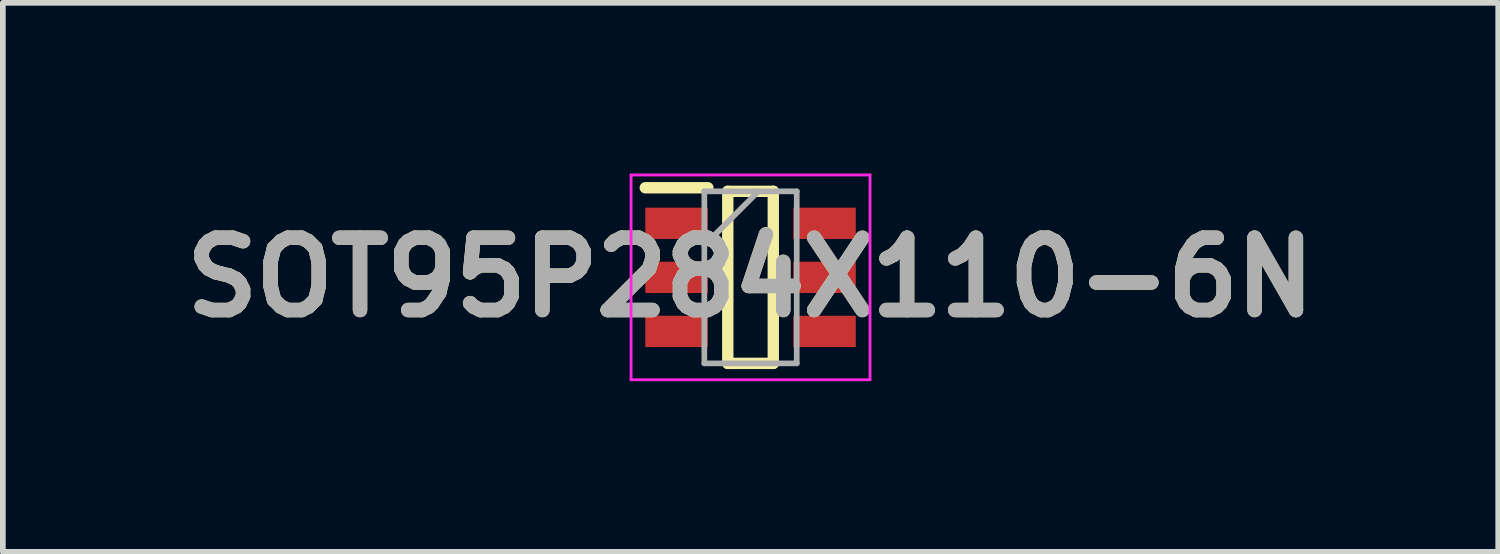
<source format=kicad_pcb>
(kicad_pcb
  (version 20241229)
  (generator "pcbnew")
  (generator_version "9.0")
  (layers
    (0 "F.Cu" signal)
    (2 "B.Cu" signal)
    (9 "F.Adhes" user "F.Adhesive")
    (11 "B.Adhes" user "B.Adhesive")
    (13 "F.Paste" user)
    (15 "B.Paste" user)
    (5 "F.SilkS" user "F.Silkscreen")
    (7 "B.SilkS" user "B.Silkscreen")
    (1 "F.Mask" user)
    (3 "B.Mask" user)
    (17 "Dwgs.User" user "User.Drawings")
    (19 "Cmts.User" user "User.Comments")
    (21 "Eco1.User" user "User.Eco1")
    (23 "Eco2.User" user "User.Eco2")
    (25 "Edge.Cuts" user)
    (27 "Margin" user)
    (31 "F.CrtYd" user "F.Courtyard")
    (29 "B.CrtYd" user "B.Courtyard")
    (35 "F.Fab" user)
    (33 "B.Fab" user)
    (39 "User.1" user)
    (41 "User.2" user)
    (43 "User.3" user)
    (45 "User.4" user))
  (footprint "SOT95P284X110-6N"
    (layer "F.Cu")
    (at 10.142 1.825)
    (property "Reference" "SOT95P284X110-6N" (at 0 0 0) (layer "F.SilkS") (effects (font (size 1.27 1.27) (thickness 0.254))))
    (attr smd)
    (fp_line (start -1.85 -1.575) (end -0.75 -1.575) (stroke (width 0.2) (type solid)) (layer "F.SilkS"))
    (fp_line (start -0.4 -1.512) (end 0.4 -1.512) (stroke (width 0.2) (type solid)) (layer "F.SilkS"))
    (fp_line (start -0.4 1.512) (end -0.4 -1.512) (stroke (width 0.2) (type solid)) (layer "F.SilkS"))
    (fp_line (start 0.4 -1.512) (end 0.4 1.512) (stroke (width 0.2) (type solid)) (layer "F.SilkS"))
    (fp_line (start 0.4 1.512) (end -0.4 1.512) (stroke (width 0.2) (type solid)) (layer "F.SilkS"))
    (fp_line (start -2.1 -1.8) (end 2.1 -1.8) (stroke (width 0.05) (type solid)) (layer "F.CrtYd"))
    (fp_line (start -2.1 1.8) (end -2.1 -1.8) (stroke (width 0.05) (type solid)) (layer "F.CrtYd"))
    (fp_line (start 2.1 -1.8) (end 2.1 1.8) (stroke (width 0.05) (type solid)) (layer "F.CrtYd"))
    (fp_line (start 2.1 1.8) (end -2.1 1.8) (stroke (width 0.05) (type solid)) (layer "F.CrtYd"))
    (fp_line (start -0.812 -1.512) (end 0.812 -1.512) (stroke (width 0.1) (type solid)) (layer "F.Fab"))
    (fp_line (start -0.812 -0.562) (end 0.138 -1.512) (stroke (width 0.1) (type solid)) (layer "F.Fab"))
    (fp_line (start -0.812 1.512) (end -0.812 -1.512) (stroke (width 0.1) (type solid)) (layer "F.Fab"))
    (fp_line (start 0.812 -1.512) (end 0.812 1.512) (stroke (width 0.1) (type solid)) (layer "F.Fab"))
    (fp_line (start 0.812 1.512) (end -0.812 1.512) (stroke (width 0.1) (type solid)) (layer "F.Fab"))
    (fp_text user "${REFERENCE}" (at 0 0 0) (layer "F.Fab") (effects (font (size 1.27 1.27) (thickness 0.254))))
    (pad "1" smd rect (at -1.3 -0.95 90) (size 0.55 1.1) (layers "F.Cu" "F.Mask" "F.Paste"))
    (pad "2" smd rect (at -1.3 0 90) (size 0.55 1.1) (layers "F.Cu" "F.Mask" "F.Paste"))
    (pad "3" smd rect (at -1.3 0.95 90) (size 0.55 1.1) (layers "F.Cu" "F.Mask" "F.Paste"))
    (pad "4" smd rect (at 1.3 0.95 90) (size 0.55 1.1) (layers "F.Cu" "F.Mask" "F.Paste"))
    (pad "5" smd rect (at 1.3 0 90) (size 0.55 1.1) (layers "F.Cu" "F.Mask" "F.Paste"))
    (pad "6" smd rect (at 1.3 -0.95 90) (size 0.55 1.1) (layers "F.Cu" "F.Mask" "F.Paste")))
  (gr_rect
    (start -3 -3)
    (end 23.284 6.65)
    (stroke (width 0.1) (type default))
    (fill no)
    (layer "Edge.Cuts")))
</source>
